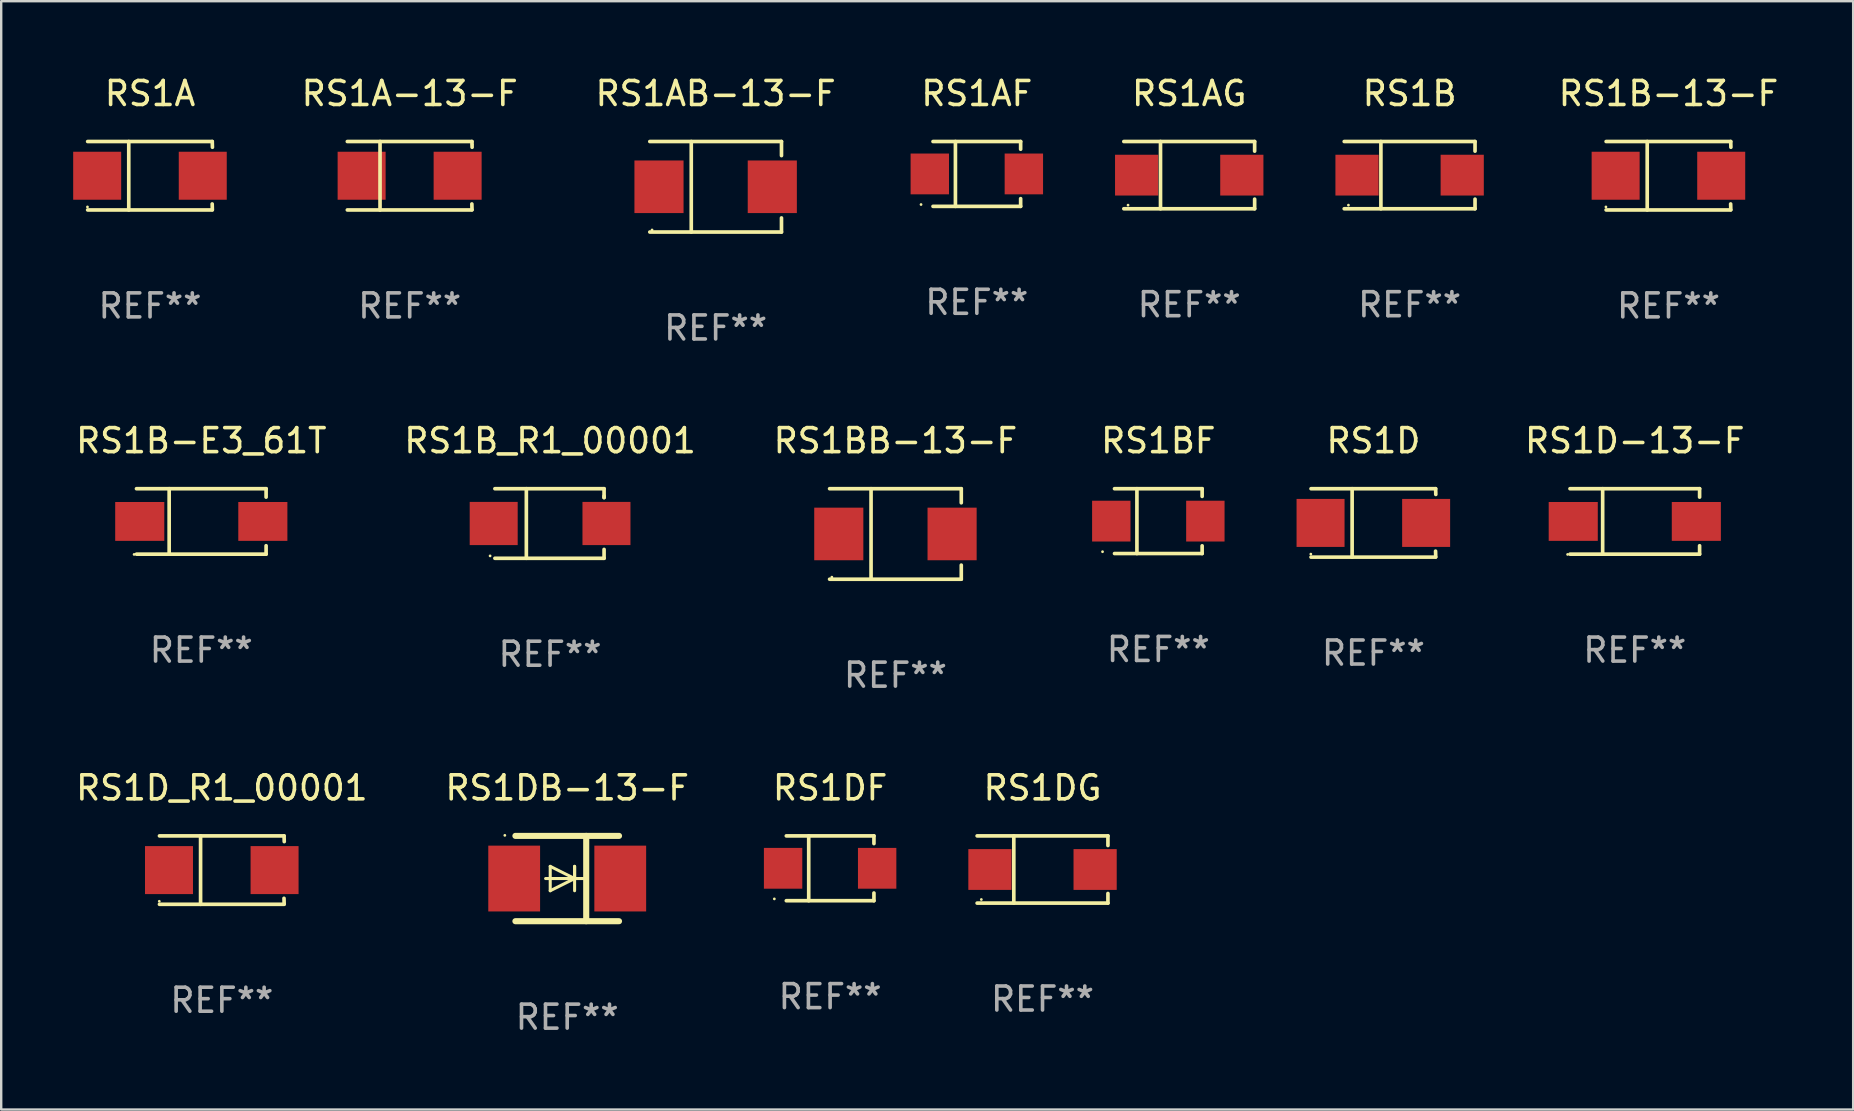
<source format=kicad_pcb>
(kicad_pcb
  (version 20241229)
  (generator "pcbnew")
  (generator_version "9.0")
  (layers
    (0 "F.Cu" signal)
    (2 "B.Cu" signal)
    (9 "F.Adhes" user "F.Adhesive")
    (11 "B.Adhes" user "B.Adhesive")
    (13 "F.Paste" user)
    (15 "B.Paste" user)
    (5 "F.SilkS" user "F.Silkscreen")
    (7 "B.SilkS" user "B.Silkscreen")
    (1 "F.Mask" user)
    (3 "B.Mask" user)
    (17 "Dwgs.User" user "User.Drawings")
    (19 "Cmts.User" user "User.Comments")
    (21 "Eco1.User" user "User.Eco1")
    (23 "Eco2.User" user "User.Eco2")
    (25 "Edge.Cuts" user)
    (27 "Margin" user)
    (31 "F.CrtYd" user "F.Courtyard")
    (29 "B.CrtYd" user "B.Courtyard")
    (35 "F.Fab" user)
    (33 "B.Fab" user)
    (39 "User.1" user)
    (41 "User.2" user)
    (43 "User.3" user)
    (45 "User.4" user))
  (footprint "RS1B_R1_00001"
    (layer "F.Cu")
    (at 19.875 18.767)
    (property "Reference" "RS1B_R1_00001" (at 0 -3.45 0) (layer "F.SilkS") (effects (font (size 1 1) (thickness 0.15))))
    (attr through_hole)
    (fp_line (start -2.3 -1.45) (end 2.25 -1.45) (stroke (width 0.152) (type solid)) (layer "F.SilkS"))
    (fp_line (start -0.989 -1.45) (end -0.989 1.45) (stroke (width 0.152) (type solid)) (layer "F.SilkS"))
    (fp_line (start 2.25 -1.45) (end 2.25 -1.08) (stroke (width 0.152) (type solid)) (layer "F.SilkS"))
    (fp_line (start 2.25 -1.08) (end 2.25 -1.142) (stroke (width 0.152) (type solid)) (layer "F.SilkS"))
    (fp_line (start 2.25 1.45) (end -2.3 1.45) (stroke (width 0.152) (type solid)) (layer "F.SilkS"))
    (fp_line (start 2.25 1.45) (end 2.25 1.08) (stroke (width 0.152) (type solid)) (layer "F.SilkS"))
    (fp_circle (center -2.5 1.35) (end -2.47 1.35) (stroke (width 0.06) (type solid)) (fill no) (layer "F.SilkS"))
    (fp_text user "REF**" (at 0 5.45 0) (layer "F.Fab") (effects (font (size 1 1) (thickness 0.15))))
    (pad "1" smd rect (at -2.35 0.000025) (size 2 1.8) (layers "F.Cu" "F.Mask" "F.Paste"))
    (pad "2" smd rect (at 2.35 0.000025) (size 2 1.8) (layers "F.Cu" "F.Mask" "F.Paste")))
  (footprint "RS1AB-13-F"
    (layer "F.Cu")
    (at 26.775 4.734)
    (property "Reference" "RS1AB-13-F" (at 0 -3.886 0) (layer "F.SilkS") (effects (font (size 1 1) (thickness 0.15))))
    (attr through_hole)
    (fp_line (start -2.744 -1.886) (end 2.744 -1.886) (stroke (width 0.152) (type solid)) (layer "F.SilkS"))
    (fp_line (start -2.744 1.886) (end 2.744 1.886) (stroke (width 0.152) (type solid)) (layer "F.SilkS"))
    (fp_line (start -1.016 -1.886) (end -1.016 1.886) (stroke (width 0.152) (type solid)) (layer "F.SilkS"))
    (fp_line (start 2.744 -1.886) (end 2.744 -1.299) (stroke (width 0.152) (type solid)) (layer "F.SilkS"))
    (fp_line (start 2.744 1.886) (end 2.744 1.299) (stroke (width 0.152) (type solid)) (layer "F.SilkS"))
    (fp_circle (center -2.65 1.8) (end -2.62 1.8) (stroke (width 0.06) (type solid)) (fill no) (layer "F.SilkS"))
    (fp_text user "REF**" (at 0 5.886 0) (layer "F.Fab") (effects (font (size 1 1) (thickness 0.15))))
    (pad "1" smd rect (at -2.361 0) (size 2.047 2.192) (layers "F.Cu" "F.Mask" "F.Paste"))
    (pad "2" smd rect (at 2.361 0) (size 2.047 2.192) (layers "F.Cu" "F.Mask" "F.Paste")))
  (footprint "RS1BB-13-F"
    (layer "F.Cu")
    (at 34.268 19.203)
    (property "Reference" "RS1BB-13-F" (at 0 -3.886 0) (layer "F.SilkS") (effects (font (size 1 1) (thickness 0.15))))
    (attr through_hole)
    (fp_line (start -2.744 -1.886) (end 2.744 -1.886) (stroke (width 0.152) (type solid)) (layer "F.SilkS"))
    (fp_line (start -2.744 1.886) (end 2.744 1.886) (stroke (width 0.152) (type solid)) (layer "F.SilkS"))
    (fp_line (start -1.016 -1.886) (end -1.016 1.886) (stroke (width 0.152) (type solid)) (layer "F.SilkS"))
    (fp_line (start 2.744 -1.886) (end 2.744 -1.299) (stroke (width 0.152) (type solid)) (layer "F.SilkS"))
    (fp_line (start 2.744 1.886) (end 2.744 1.299) (stroke (width 0.152) (type solid)) (layer "F.SilkS"))
    (fp_circle (center -2.65 1.8) (end -2.62 1.8) (stroke (width 0.06) (type solid)) (fill no) (layer "F.SilkS"))
    (fp_text user "REF**" (at 0 5.886 0) (layer "F.Fab") (effects (font (size 1 1) (thickness 0.15))))
    (pad "1" smd rect (at -2.361 0) (size 2.047 2.192) (layers "F.Cu" "F.Mask" "F.Paste"))
    (pad "2" smd rect (at 2.361 0) (size 2.047 2.192) (layers "F.Cu" "F.Mask" "F.Paste")))
  (footprint "RS1D"
    (layer "F.Cu")
    (at 54.188 18.743)
    (property "Reference" "RS1D" (at 0 -3.426 0) (layer "F.SilkS") (effects (font (size 1 1) (thickness 0.15))))
    (attr through_hole)
    (fp_line (start -2.6 -1.426) (end 2.593 -1.426) (stroke (width 0.152) (type solid)) (layer "F.SilkS"))
    (fp_line (start -2.6 1.426) (end 2.593 1.426) (stroke (width 0.152) (type solid)) (layer "F.SilkS"))
    (fp_line (start -0.887 -1.426) (end -0.887 1.426) (stroke (width 0.152) (type solid)) (layer "F.SilkS"))
    (fp_line (start 2.59 1.176) (end 2.597 1.415) (stroke (width 0.152) (type solid)) (layer "F.SilkS"))
    (fp_line (start 2.593 -1.426) (end 2.6 -1.187) (stroke (width 0.152) (type solid)) (layer "F.SilkS"))
    (fp_circle (center -2.608 1.3) (end -2.578 1.3) (stroke (width 0.06) (type solid)) (fill no) (layer "F.SilkS"))
    (fp_text user "REF**" (at 0 5.426 0) (layer "F.Fab") (effects (font (size 1 1) (thickness 0.15))))
    (pad "1" smd rect (at -2.203 0 180) (size 2 2) (layers "F.Cu" "F.Mask" "F.Paste"))
    (pad "2" smd rect (at 2.197 0 180) (size 2 2) (layers "F.Cu" "F.Mask" "F.Paste")))
  (footprint "RS1AF"
    (layer "F.Cu")
    (at 37.66 4.199)
    (property "Reference" "RS1AF" (at 0 -3.351 0) (layer "F.SilkS") (effects (font (size 1 1) (thickness 0.15))))
    (attr through_hole)
    (fp_line (start -1.826 -1.351) (end 1.826 -1.351) (stroke (width 0.152) (type solid)) (layer "F.SilkS"))
    (fp_line (start -1.826 1.351) (end 1.826 1.351) (stroke (width 0.152) (type solid)) (layer "F.SilkS"))
    (fp_line (start -0.892 -1.351) (end -0.892 1.351) (stroke (width 0.152) (type solid)) (layer "F.SilkS"))
    (fp_line (start 1.826 -1.351) (end 1.826 -1.03) (stroke (width 0.152) (type solid)) (layer "F.SilkS"))
    (fp_line (start 1.826 1.03) (end 1.826 1.351) (stroke (width 0.152) (type solid)) (layer "F.SilkS"))
    (fp_circle (center -2.325 1.275) (end -2.295 1.275) (stroke (width 0.06) (type solid)) (fill no) (layer "F.SilkS"))
    (fp_text user "REF**" (at 0 5.351 0) (layer "F.Fab") (effects (font (size 1 1) (thickness 0.15))))
    (pad "1" smd rect (at -1.96 0 180) (size 1.6 1.7) (layers "F.Cu" "F.Mask" "F.Paste"))
    (pad "2" smd rect (at 1.96 0 180) (size 1.6 1.7) (layers "F.Cu" "F.Mask" "F.Paste")))
  (footprint "RS1A-13-F"
    (layer "F.Cu")
    (at 14.025 4.274)
    (property "Reference" "RS1A-13-F" (at 0 -3.426 0) (layer "F.SilkS") (effects (font (size 1 1) (thickness 0.15))))
    (attr through_hole)
    (fp_line (start -2.6 -1.426) (end 2.593 -1.426) (stroke (width 0.152) (type solid)) (layer "F.SilkS"))
    (fp_line (start -2.6 1.426) (end 2.593 1.426) (stroke (width 0.152) (type solid)) (layer "F.SilkS"))
    (fp_line (start -1.237 -1.426) (end -1.237 1.426) (stroke (width 0.152) (type solid)) (layer "F.SilkS"))
    (fp_line (start 2.59 1.176) (end 2.597 1.415) (stroke (width 0.152) (type solid)) (layer "F.SilkS"))
    (fp_line (start 2.593 -1.426) (end 2.6 -1.187) (stroke (width 0.152) (type solid)) (layer "F.SilkS"))
    (fp_circle (center 2.602 -1.3) (end 2.632 -1.3) (stroke (width 0.06) (type solid)) (fill no) (layer "F.SilkS"))
    (fp_text user "REF**" (at 0 5.426 0) (layer "F.Fab") (effects (font (size 1 1) (thickness 0.15))))
    (pad "1" smd rect (at 1.997 0 180) (size 2 2) (layers "F.Cu" "F.Mask" "F.Paste"))
    (pad "2" smd rect (at -2.004 0 180) (size 2 2) (layers "F.Cu" "F.Mask" "F.Paste")))
  (footprint "RS1DB-13-F"
    (layer "F.Cu")
    (at 20.589 33.564)
    (property "Reference" "RS1DB-13-F" (at 0 -3.778 0) (layer "F.SilkS") (effects (font (size 1 1) (thickness 0.15))))
    (attr through_hole)
    (fp_line (start -2.159 -1.778) (end 2.159 -1.778) (stroke (width 0.254) (type solid)) (layer "F.SilkS"))
    (fp_line (start -0.9 0) (end 0.816 0) (stroke (width 0.127) (type solid)) (layer "F.SilkS"))
    (fp_line (start -0.708 -0.508) (end -0.708 0.508) (stroke (width 0.127) (type solid)) (layer "F.SilkS"))
    (fp_line (start -0.708 0.508) (end 0.308 0) (stroke (width 0.127) (type solid)) (layer "F.SilkS"))
    (fp_line (start 0.308 -0.508) (end 0.308 0.508) (stroke (width 0.127) (type solid)) (layer "F.SilkS"))
    (fp_line (start 0.308 0) (end -0.708 -0.508) (stroke (width 0.127) (type solid)) (layer "F.SilkS"))
    (fp_line (start 0.308 0) (end 0.308 -0.508) (stroke (width 0.127) (type solid)) (layer "F.SilkS"))
    (fp_line (start 0.792 -1.778) (end 0.792 1.778) (stroke (width 0.254) (type solid)) (layer "F.SilkS"))
    (fp_line (start 2.159 1.778) (end -2.159 1.778) (stroke (width 0.254) (type solid)) (layer "F.SilkS"))
    (fp_circle (center -2.6 -1.8) (end -2.57 -1.8) (stroke (width 0.06) (type solid)) (fill no) (layer "F.SilkS"))
    (fp_text user "REF**" (at 0 5.778 0) (layer "F.Fab") (effects (font (size 1 1) (thickness 0.15))))
    (pad "1" smd rect (at -2.21 0) (size 2.159 2.743) (layers "F.Cu" "F.Mask" "F.Paste"))
    (pad "2" smd rect (at 2.21 0) (size 2.159 2.743) (layers "F.Cu" "F.Mask" "F.Paste")))
  (footprint "RS1BF"
    (layer "F.Cu")
    (at 45.224 18.668)
    (property "Reference" "RS1BF" (at 0 -3.351 0) (layer "F.SilkS") (effects (font (size 1 1) (thickness 0.15))))
    (attr through_hole)
    (fp_line (start -1.826 -1.351) (end 1.826 -1.351) (stroke (width 0.152) (type solid)) (layer "F.SilkS"))
    (fp_line (start -1.826 1.351) (end 1.826 1.351) (stroke (width 0.152) (type solid)) (layer "F.SilkS"))
    (fp_line (start -0.892 -1.351) (end -0.892 1.351) (stroke (width 0.152) (type solid)) (layer "F.SilkS"))
    (fp_line (start 1.826 -1.351) (end 1.826 -1.03) (stroke (width 0.152) (type solid)) (layer "F.SilkS"))
    (fp_line (start 1.826 1.03) (end 1.826 1.351) (stroke (width 0.152) (type solid)) (layer "F.SilkS"))
    (fp_circle (center -2.325 1.275) (end -2.295 1.275) (stroke (width 0.06) (type solid)) (fill no) (layer "F.SilkS"))
    (fp_text user "REF**" (at 0 5.351 0) (layer "F.Fab") (effects (font (size 1 1) (thickness 0.15))))
    (pad "1" smd rect (at -1.96 0 180) (size 1.6 1.7) (layers "F.Cu" "F.Mask" "F.Paste"))
    (pad "2" smd rect (at 1.96 0 180) (size 1.6 1.7) (layers "F.Cu" "F.Mask" "F.Paste")))
  (footprint "RS1D_R1_00001"
    (layer "F.Cu")
    (at 6.196 33.212)
    (property "Reference" "RS1D_R1_00001" (at 0 -3.426 0) (layer "F.SilkS") (effects (font (size 1 1) (thickness 0.15))))
    (attr through_hole)
    (fp_line (start -2.6 -1.426) (end 2.593 -1.426) (stroke (width 0.152) (type solid)) (layer "F.SilkS"))
    (fp_line (start -2.6 1.426) (end 2.593 1.426) (stroke (width 0.152) (type solid)) (layer "F.SilkS"))
    (fp_line (start -0.887 -1.426) (end -0.887 1.426) (stroke (width 0.152) (type solid)) (layer "F.SilkS"))
    (fp_line (start 2.59 1.176) (end 2.597 1.415) (stroke (width 0.152) (type solid)) (layer "F.SilkS"))
    (fp_line (start 2.593 -1.426) (end 2.6 -1.187) (stroke (width 0.152) (type solid)) (layer "F.SilkS"))
    (fp_circle (center -2.608 1.3) (end -2.578 1.3) (stroke (width 0.06) (type solid)) (fill no) (layer "F.SilkS"))
    (fp_text user "REF**" (at 0 5.426 0) (layer "F.Fab") (effects (font (size 1 1) (thickness 0.15))))
    (pad "1" smd rect (at -2.203 0 180) (size 2 2) (layers "F.Cu" "F.Mask" "F.Paste"))
    (pad "2" smd rect (at 2.197 0 180) (size 2 2) (layers "F.Cu" "F.Mask" "F.Paste")))
  (footprint "RS1B-13-F"
    (layer "F.Cu")
    (at 66.486 4.274)
    (property "Reference" "RS1B-13-F" (at 0 -3.426 0) (layer "F.SilkS") (effects (font (size 1 1) (thickness 0.15))))
    (attr through_hole)
    (fp_line (start -2.6 -1.426) (end 2.593 -1.426) (stroke (width 0.152) (type solid)) (layer "F.SilkS"))
    (fp_line (start -2.6 1.426) (end 2.593 1.426) (stroke (width 0.152) (type solid)) (layer "F.SilkS"))
    (fp_line (start -0.887 -1.426) (end -0.887 1.426) (stroke (width 0.152) (type solid)) (layer "F.SilkS"))
    (fp_line (start 2.59 1.176) (end 2.597 1.415) (stroke (width 0.152) (type solid)) (layer "F.SilkS"))
    (fp_line (start 2.593 -1.426) (end 2.6 -1.187) (stroke (width 0.152) (type solid)) (layer "F.SilkS"))
    (fp_circle (center -2.608 1.3) (end -2.578 1.3) (stroke (width 0.06) (type solid)) (fill no) (layer "F.SilkS"))
    (fp_text user "REF**" (at 0 5.426 0) (layer "F.Fab") (effects (font (size 1 1) (thickness 0.15))))
    (pad "1" smd rect (at -2.203 0 180) (size 2 2) (layers "F.Cu" "F.Mask" "F.Paste"))
    (pad "2" smd rect (at 2.197 0 180) (size 2 2) (layers "F.Cu" "F.Mask" "F.Paste")))
  (footprint "RS1DF"
    (layer "F.Cu")
    (at 31.546 33.137)
    (property "Reference" "RS1DF" (at 0 -3.351 0) (layer "F.SilkS") (effects (font (size 1 1) (thickness 0.15))))
    (attr through_hole)
    (fp_line (start -1.826 -1.351) (end 1.826 -1.351) (stroke (width 0.152) (type solid)) (layer "F.SilkS"))
    (fp_line (start -1.826 1.351) (end 1.826 1.351) (stroke (width 0.152) (type solid)) (layer "F.SilkS"))
    (fp_line (start -0.892 -1.351) (end -0.892 1.351) (stroke (width 0.152) (type solid)) (layer "F.SilkS"))
    (fp_line (start 1.826 -1.351) (end 1.826 -1.03) (stroke (width 0.152) (type solid)) (layer "F.SilkS"))
    (fp_line (start 1.826 1.03) (end 1.826 1.351) (stroke (width 0.152) (type solid)) (layer "F.SilkS"))
    (fp_circle (center -2.325 1.275) (end -2.295 1.275) (stroke (width 0.06) (type solid)) (fill no) (layer "F.SilkS"))
    (fp_text user "REF**" (at 0 5.351 0) (layer "F.Fab") (effects (font (size 1 1) (thickness 0.15))))
    (pad "1" smd rect (at -1.96 0 180) (size 1.6 1.7) (layers "F.Cu" "F.Mask" "F.Paste"))
    (pad "2" smd rect (at 1.96 0 180) (size 1.6 1.7) (layers "F.Cu" "F.Mask" "F.Paste")))
  (footprint "RS1B-E3_61T"
    (layer "F.Cu")
    (at 5.339 18.681)
    (property "Reference" "RS1B-E3_61T" (at 0 -3.364 0) (layer "F.SilkS") (effects (font (size 1 1) (thickness 0.15))))
    (attr through_hole)
    (fp_line (start -2.701 -1.364) (end 2.701 -1.364) (stroke (width 0.152) (type solid)) (layer "F.SilkS"))
    (fp_line (start -2.701 1.364) (end 2.701 1.364) (stroke (width 0.152) (type solid)) (layer "F.SilkS"))
    (fp_line (start -1.339 -1.364) (end -1.339 1.364) (stroke (width 0.152) (type solid)) (layer "F.SilkS"))
    (fp_line (start 2.701 -1.364) (end 2.701 -1.013) (stroke (width 0.152) (type solid)) (layer "F.SilkS"))
    (fp_line (start 2.701 1.364) (end 2.701 1.013) (stroke (width 0.152) (type solid)) (layer "F.SilkS"))
    (fp_circle (center -2.8 1.375) (end -2.77 1.375) (stroke (width 0.06) (type solid)) (fill no) (layer "F.SilkS"))
    (fp_text user "REF**" (at 0 5.364 0) (layer "F.Fab") (effects (font (size 1 1) (thickness 0.15))))
    (pad "1" smd rect (at -2.565 -0.000025) (size 2.046 1.62) (layers "F.Cu" "F.Mask" "F.Paste"))
    (pad "2" smd rect (at 2.565 -0.000025) (size 2.046 1.62) (layers "F.Cu" "F.Mask" "F.Paste")))
  (footprint "RS1D-13-F"
    (layer "F.Cu")
    (at 65.081 18.681)
    (property "Reference" "RS1D-13-F" (at 0 -3.364 0) (layer "F.SilkS") (effects (font (size 1 1) (thickness 0.15))))
    (attr through_hole)
    (fp_line (start -2.701 -1.364) (end 2.701 -1.364) (stroke (width 0.152) (type solid)) (layer "F.SilkS"))
    (fp_line (start -2.701 1.364) (end 2.701 1.364) (stroke (width 0.152) (type solid)) (layer "F.SilkS"))
    (fp_line (start -1.339 -1.364) (end -1.339 1.364) (stroke (width 0.152) (type solid)) (layer "F.SilkS"))
    (fp_line (start 2.701 -1.364) (end 2.701 -1.013) (stroke (width 0.152) (type solid)) (layer "F.SilkS"))
    (fp_line (start 2.701 1.364) (end 2.701 1.013) (stroke (width 0.152) (type solid)) (layer "F.SilkS"))
    (fp_circle (center -2.8 1.375) (end -2.77 1.375) (stroke (width 0.06) (type solid)) (fill no) (layer "F.SilkS"))
    (fp_text user "REF**" (at 0 5.364 0) (layer "F.Fab") (effects (font (size 1 1) (thickness 0.15))))
    (pad "1" smd rect (at -2.565 -0.000025) (size 2.046 1.62) (layers "F.Cu" "F.Mask" "F.Paste"))
    (pad "2" smd rect (at 2.565 -0.000025) (size 2.046 1.62) (layers "F.Cu" "F.Mask" "F.Paste")))
  (footprint "RS1AG"
    (layer "F.Cu")
    (at 46.512 4.249)
    (property "Reference" "RS1AG" (at 0 -3.401 0) (layer "F.SilkS") (effects (font (size 1 1) (thickness 0.15))))
    (attr through_hole)
    (fp_line (start -2.726 -1.401) (end 2.726 -1.401) (stroke (width 0.152) (type solid)) (layer "F.SilkS"))
    (fp_line (start -2.726 1.401) (end 2.726 1.401) (stroke (width 0.152) (type solid)) (layer "F.SilkS"))
    (fp_line (start -1.197 -1.401) (end -1.197 1.401) (stroke (width 0.152) (type solid)) (layer "F.SilkS"))
    (fp_line (start 2.726 -1.401) (end 2.726 -1) (stroke (width 0.152) (type solid)) (layer "F.SilkS"))
    (fp_line (start 2.726 1.401) (end 2.726 1) (stroke (width 0.152) (type solid)) (layer "F.SilkS"))
    (fp_circle (center -2.55 1.25) (end -2.52 1.25) (stroke (width 0.06) (type solid)) (fill no) (layer "F.SilkS"))
    (fp_text user "REF**" (at 0 5.401 0) (layer "F.Fab") (effects (font (size 1 1) (thickness 0.15))))
    (pad "1" smd rect (at -2.192 0) (size 1.8 1.7) (layers "F.Cu" "F.Mask" "F.Paste"))
    (pad "2" smd rect (at 2.192 0) (size 1.8 1.7) (layers "F.Cu" "F.Mask" "F.Paste")))
  (footprint "RS1DG"
    (layer "F.Cu")
    (at 40.398 33.187)
    (property "Reference" "RS1DG" (at 0 -3.401 0) (layer "F.SilkS") (effects (font (size 1 1) (thickness 0.15))))
    (attr through_hole)
    (fp_line (start -2.726 -1.401) (end 2.726 -1.401) (stroke (width 0.152) (type solid)) (layer "F.SilkS"))
    (fp_line (start -2.726 1.401) (end 2.726 1.401) (stroke (width 0.152) (type solid)) (layer "F.SilkS"))
    (fp_line (start -1.197 -1.401) (end -1.197 1.401) (stroke (width 0.152) (type solid)) (layer "F.SilkS"))
    (fp_line (start 2.726 -1.401) (end 2.726 -1) (stroke (width 0.152) (type solid)) (layer "F.SilkS"))
    (fp_line (start 2.726 1.401) (end 2.726 1) (stroke (width 0.152) (type solid)) (layer "F.SilkS"))
    (fp_circle (center -2.55 1.25) (end -2.52 1.25) (stroke (width 0.06) (type solid)) (fill no) (layer "F.SilkS"))
    (fp_text user "REF**" (at 0 5.401 0) (layer "F.Fab") (effects (font (size 1 1) (thickness 0.15))))
    (pad "1" smd rect (at -2.192 0) (size 1.8 1.7) (layers "F.Cu" "F.Mask" "F.Paste"))
    (pad "2" smd rect (at 2.192 0) (size 1.8 1.7) (layers "F.Cu" "F.Mask" "F.Paste")))
  (footprint "RS1A"
    (layer "F.Cu")
    (at 3.203 4.274)
    (property "Reference" "RS1A" (at 0 -3.426 0) (layer "F.SilkS") (effects (font (size 1 1) (thickness 0.15))))
    (attr through_hole)
    (fp_line (start -2.6 -1.426) (end 2.593 -1.426) (stroke (width 0.152) (type solid)) (layer "F.SilkS"))
    (fp_line (start -2.6 1.426) (end 2.593 1.426) (stroke (width 0.152) (type solid)) (layer "F.SilkS"))
    (fp_line (start -0.887 -1.426) (end -0.887 1.426) (stroke (width 0.152) (type solid)) (layer "F.SilkS"))
    (fp_line (start 2.59 1.176) (end 2.597 1.415) (stroke (width 0.152) (type solid)) (layer "F.SilkS"))
    (fp_line (start 2.593 -1.426) (end 2.6 -1.187) (stroke (width 0.152) (type solid)) (layer "F.SilkS"))
    (fp_circle (center -2.608 1.3) (end -2.578 1.3) (stroke (width 0.06) (type solid)) (fill no) (layer "F.SilkS"))
    (fp_text user "REF**" (at 0 5.426 0) (layer "F.Fab") (effects (font (size 1 1) (thickness 0.15))))
    (pad "1" smd rect (at -2.203 0 180) (size 2 2) (layers "F.Cu" "F.Mask" "F.Paste"))
    (pad "2" smd rect (at 2.197 0 180) (size 2 2) (layers "F.Cu" "F.Mask" "F.Paste")))
  (footprint "RS1B"
    (layer "F.Cu")
    (at 55.697 4.249)
    (property "Reference" "RS1B" (at 0 -3.401 0) (layer "F.SilkS") (effects (font (size 1 1) (thickness 0.15))))
    (attr through_hole)
    (fp_line (start -2.726 -1.401) (end 2.726 -1.401) (stroke (width 0.152) (type solid)) (layer "F.SilkS"))
    (fp_line (start -2.726 1.401) (end 2.726 1.401) (stroke (width 0.152) (type solid)) (layer "F.SilkS"))
    (fp_line (start -1.197 -1.401) (end -1.197 1.401) (stroke (width 0.152) (type solid)) (layer "F.SilkS"))
    (fp_line (start 2.726 -1.401) (end 2.726 -1) (stroke (width 0.152) (type solid)) (layer "F.SilkS"))
    (fp_line (start 2.726 1.401) (end 2.726 1) (stroke (width 0.152) (type solid)) (layer "F.SilkS"))
    (fp_circle (center -2.55 1.25) (end -2.52 1.25) (stroke (width 0.06) (type solid)) (fill no) (layer "F.SilkS"))
    (fp_text user "REF**" (at 0 5.401 0) (layer "F.Fab") (effects (font (size 1 1) (thickness 0.15))))
    (pad "1" smd rect (at -2.192 0) (size 1.8 1.7) (layers "F.Cu" "F.Mask" "F.Paste"))
    (pad "2" smd rect (at 2.192 0) (size 1.8 1.7) (layers "F.Cu" "F.Mask" "F.Paste")))
  (gr_rect
    (start -3 -3)
    (end 74.182 43.19)
    (stroke (width 0.1) (type default))
    (fill no)
    (layer "Edge.Cuts")))
</source>
